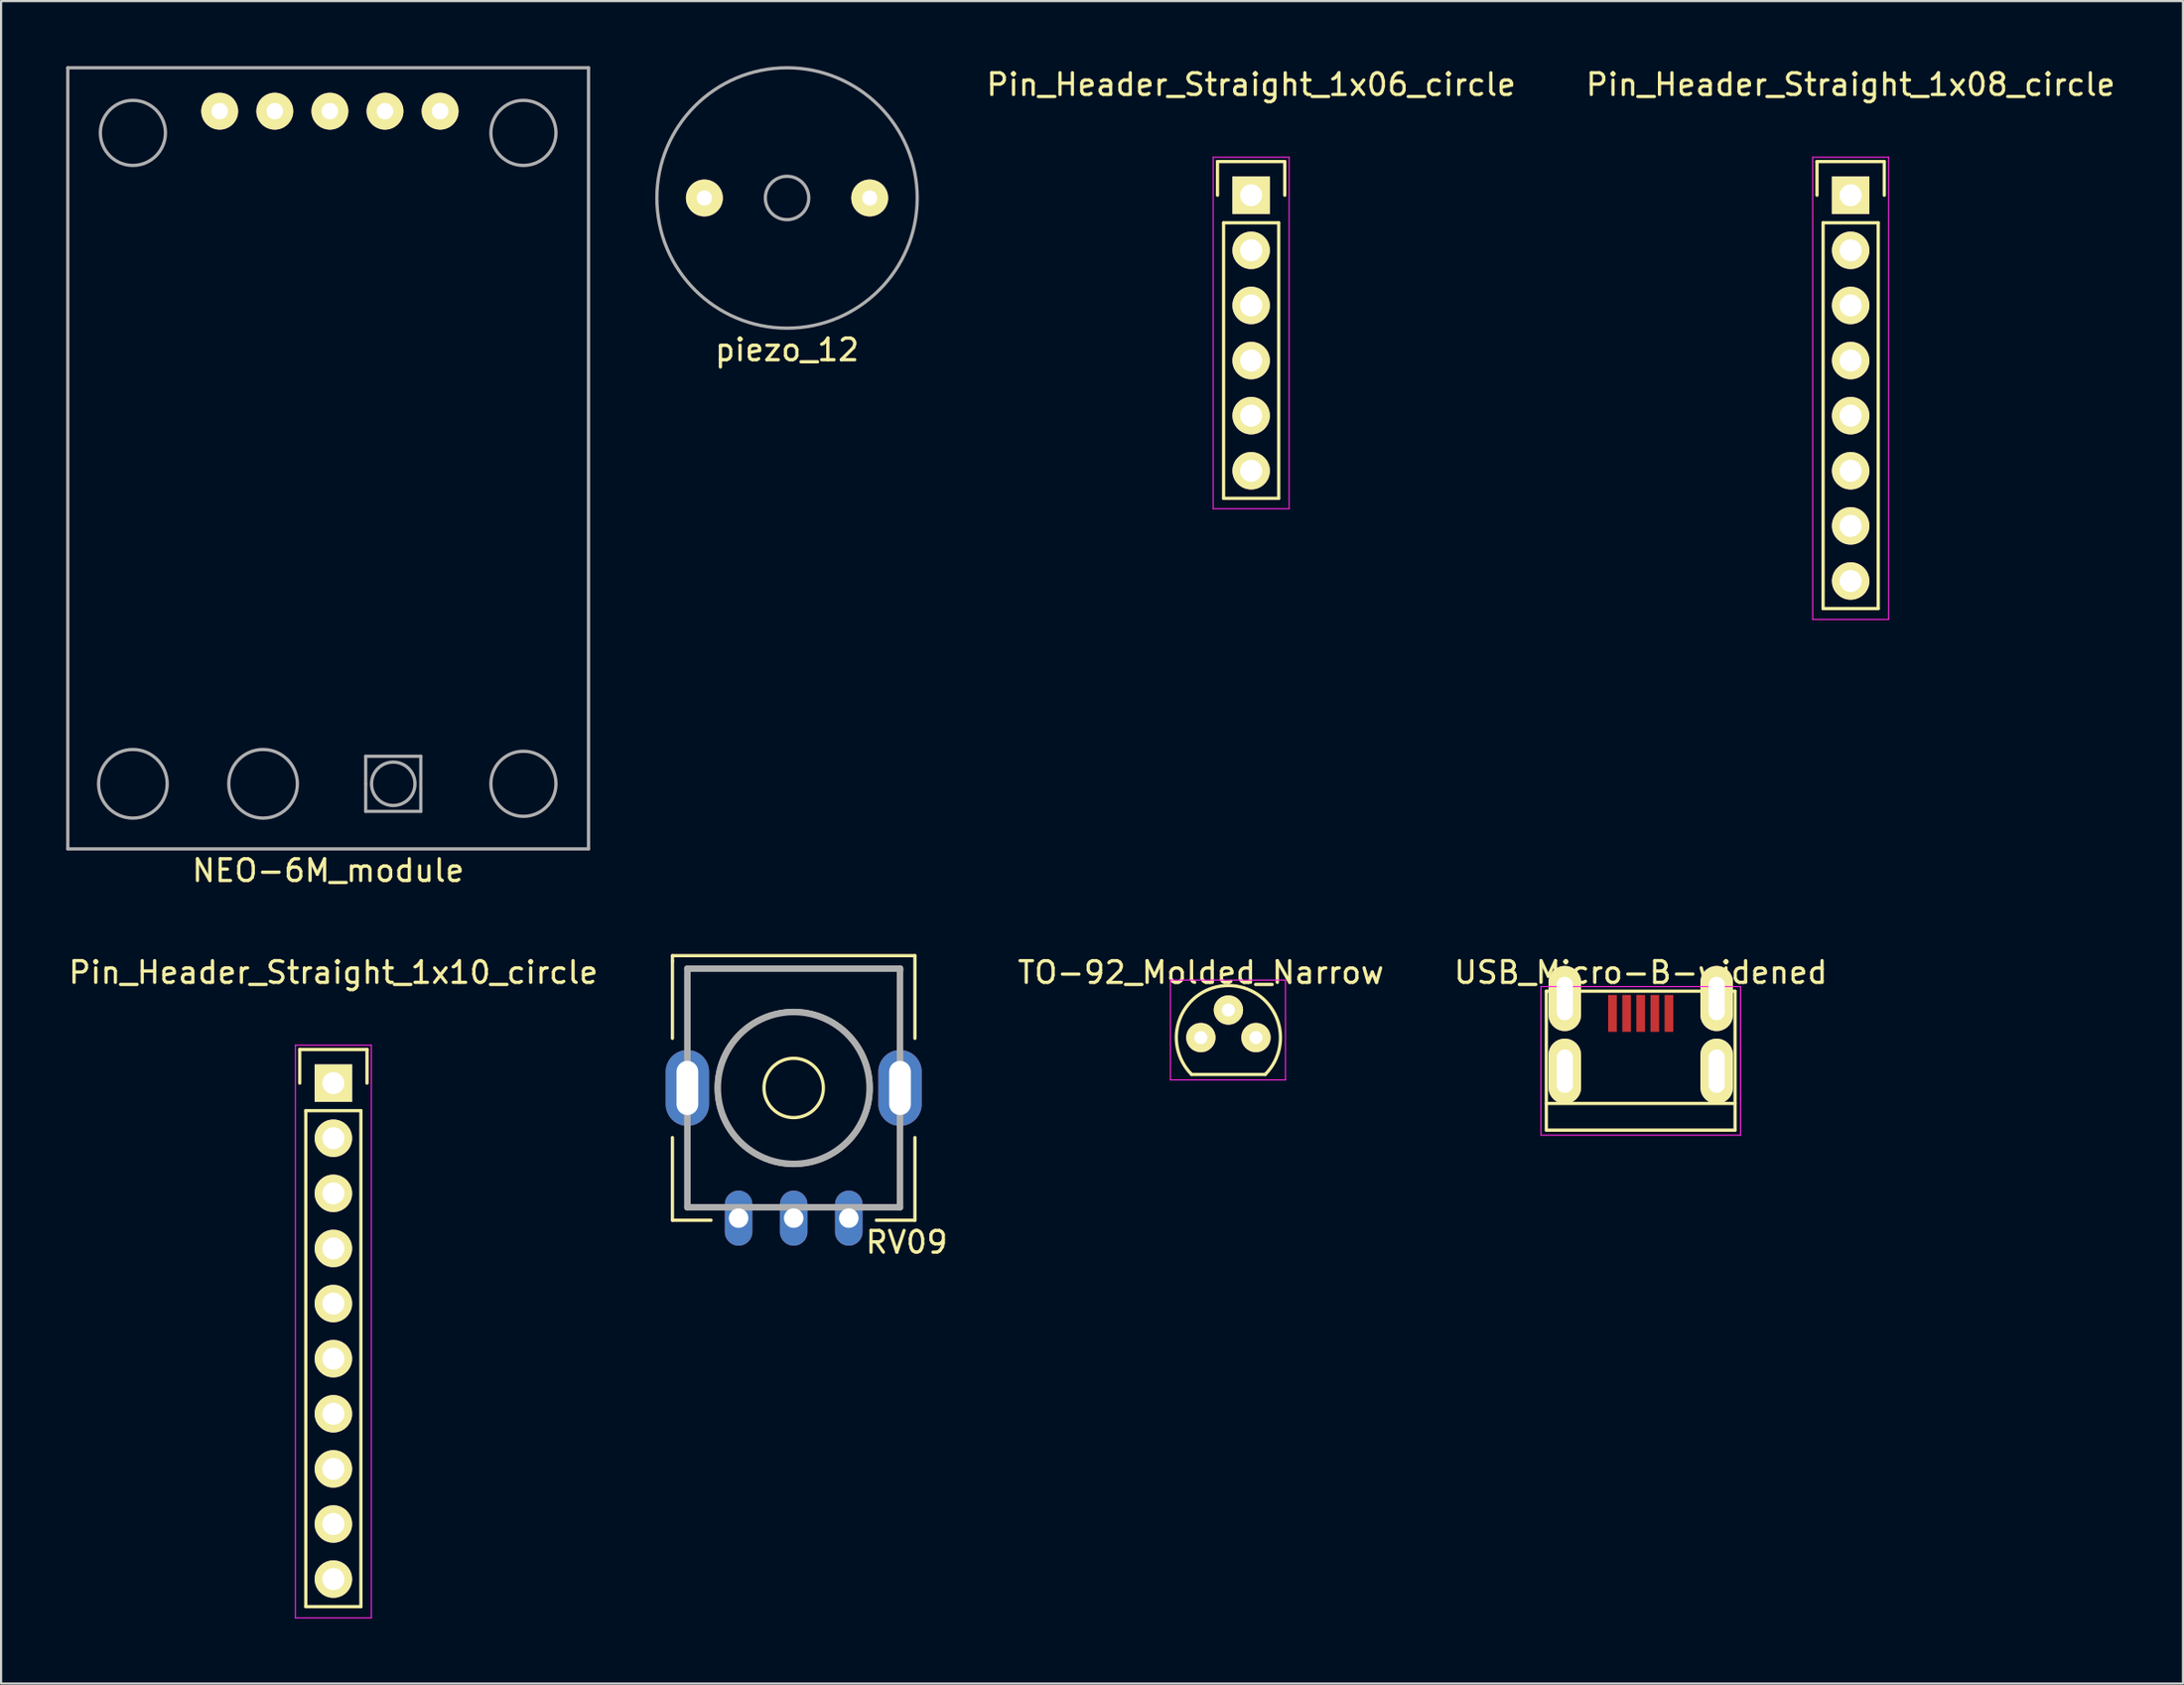
<source format=kicad_pcb>
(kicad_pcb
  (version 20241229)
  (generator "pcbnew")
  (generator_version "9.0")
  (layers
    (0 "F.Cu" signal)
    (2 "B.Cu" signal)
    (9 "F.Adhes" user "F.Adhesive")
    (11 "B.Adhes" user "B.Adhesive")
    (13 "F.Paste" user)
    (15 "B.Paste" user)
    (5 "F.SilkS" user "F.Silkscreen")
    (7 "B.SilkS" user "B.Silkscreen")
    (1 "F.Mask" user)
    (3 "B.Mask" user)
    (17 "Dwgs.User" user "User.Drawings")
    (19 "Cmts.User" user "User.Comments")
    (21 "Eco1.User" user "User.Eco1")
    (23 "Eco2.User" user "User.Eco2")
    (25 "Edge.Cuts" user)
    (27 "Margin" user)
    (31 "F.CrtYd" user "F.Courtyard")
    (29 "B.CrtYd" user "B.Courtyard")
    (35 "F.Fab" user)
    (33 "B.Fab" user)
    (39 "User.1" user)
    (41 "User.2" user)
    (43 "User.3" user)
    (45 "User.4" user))
  (footprint "NEO-6M_module"
    (layer "F.Cu")
    (at 12.075 18.075)
    (property "Reference" "NEO-6M_module" (at 0 19 0) (layer "F.SilkS") (effects (font (size 1 1) (thickness 0.15))))
    (attr through_hole)
    (fp_line (start -12 -18) (end 12 -18) (stroke (width 0.15) (type solid)) (layer "F.Fab"))
    (fp_line (start -12 18) (end -12 -18) (stroke (width 0.15) (type solid)) (layer "F.Fab"))
    (fp_line (start 1.73 13.73) (end 4.27 13.73) (stroke (width 0.15) (type solid)) (layer "F.Fab"))
    (fp_line (start 1.73 15) (end 1.73 13.73) (stroke (width 0.15) (type solid)) (layer "F.Fab"))
    (fp_line (start 1.73 16.27) (end 1.73 15) (stroke (width 0.15) (type solid)) (layer "F.Fab"))
    (fp_line (start 4.27 13.73) (end 4.27 16.27) (stroke (width 0.15) (type solid)) (layer "F.Fab"))
    (fp_line (start 4.27 16.27) (end 1.73 16.27) (stroke (width 0.15) (type solid)) (layer "F.Fab"))
    (fp_line (start 12 -18) (end 12 18) (stroke (width 0.15) (type solid)) (layer "F.Fab"))
    (fp_line (start 12 18) (end -12 18) (stroke (width 0.15) (type solid)) (layer "F.Fab"))
    (fp_circle (center -9 -15) (end -9 -16.5) (stroke (width 0.15) (type solid)) (fill no) (layer "F.Fab"))
    (fp_circle (center -9 15) (end -8.5 13.5) (stroke (width 0.15) (type solid)) (fill no) (layer "F.Fab"))
    (fp_circle (center -3 15) (end -2.5 13.5) (stroke (width 0.15) (type solid)) (fill no) (layer "F.Fab"))
    (fp_circle (center 3 15) (end 3 14) (stroke (width 0.15) (type solid)) (fill no) (layer "F.Fab"))
    (fp_circle (center 9 -15) (end 9 -16.5) (stroke (width 0.15) (type solid)) (fill no) (layer "F.Fab"))
    (fp_circle (center 9 15) (end 9 13.5) (stroke (width 0.15) (type solid)) (fill no) (layer "F.Fab"))
    (pad "1" thru_hole circle (at -5 -16) (size 1.7 1.7) (drill 0.762) (layers "*.Cu" "*.Mask" "F.SilkS"))
    (pad "2" thru_hole circle (at -2.46 -16) (size 1.7 1.7) (drill 0.762) (layers "*.Cu" "*.Mask" "F.SilkS"))
    (pad "3" thru_hole circle (at 0.08 -16) (size 1.7 1.7) (drill 0.762) (layers "*.Cu" "*.Mask" "F.SilkS"))
    (pad "4" thru_hole circle (at 2.62 -16) (size 1.7 1.7) (drill 0.762) (layers "*.Cu" "*.Mask" "F.SilkS"))
    (pad "5" thru_hole circle (at 5.16 -16) (size 1.7 1.7) (drill 0.762) (layers "*.Cu" "*.Mask" "F.SilkS")))
  (footprint "RV09"
    (layer "F.Cu")
    (at 33.531 47.094)
    (property "Reference" "RV09" (at 5.207 7.112 0) (layer "F.SilkS") (effects (font (size 1 1) (thickness 0.15))))
    (attr through_hole)
    (fp_line (start -5.588 -6.096) (end 5.588 -6.096) (stroke (width 0.15) (type solid)) (layer "F.SilkS"))
    (fp_line (start -5.588 -5.842) (end -5.588 -6.096) (stroke (width 0.15) (type solid)) (layer "F.SilkS"))
    (fp_line (start -5.588 -2.286) (end -5.588 -5.842) (stroke (width 0.15) (type solid)) (layer "F.SilkS"))
    (fp_line (start -5.588 2.286) (end -5.588 6.096) (stroke (width 0.15) (type solid)) (layer "F.SilkS"))
    (fp_line (start -5.588 6.096) (end -3.81 6.096) (stroke (width 0.15) (type solid)) (layer "F.SilkS"))
    (fp_line (start 5.588 -6.096) (end 5.588 -2.286) (stroke (width 0.15) (type solid)) (layer "F.SilkS"))
    (fp_line (start 5.588 2.286) (end 5.588 6.096) (stroke (width 0.15) (type solid)) (layer "F.SilkS"))
    (fp_line (start 5.588 6.096) (end 3.81 6.096) (stroke (width 0.15) (type solid)) (layer "F.SilkS"))
    (fp_circle (center 0 0) (end 0.254 -3.556) (stroke (width 0.15) (type solid)) (fill no) (layer "F.SilkS"))
    (fp_circle (center 0 0) (end 0.508 -1.27) (stroke (width 0.15) (type solid)) (fill no) (layer "F.SilkS"))
    (fp_line (start -4.9 -5.5) (end 4.9 -5.5) (stroke (width 0.3) (type solid)) (layer "F.Fab"))
    (fp_line (start -4.9 5.5) (end -4.9 -5.5) (stroke (width 0.3) (type solid)) (layer "F.Fab"))
    (fp_line (start 4.9 -5.5) (end 4.9 -5.4) (stroke (width 0.3) (type solid)) (layer "F.Fab"))
    (fp_line (start 4.9 -5.5) (end 4.9 5.5) (stroke (width 0.3) (type solid)) (layer "F.Fab"))
    (fp_line (start 4.9 5.5) (end -4.9 5.5) (stroke (width 0.3) (type solid)) (layer "F.Fab"))
    (fp_circle (center 0 0) (end 0 -3.5) (stroke (width 0.3) (type solid)) (fill no) (layer "F.Fab"))
    (pad "" thru_hole oval (at -4.9 0 180) (size 2 3.5) (drill oval 1 2.5) (layers "*.Cu" "*.Mask"))
    (pad "" thru_hole oval (at 4.9 0 180) (size 2 3.5) (drill oval 1 2.5) (layers "*.Cu" "*.Mask"))
    (pad "1" thru_hole oval (at -2.54 6 180) (size 1.27 2.54) (drill 0.9) (layers "*.Cu" "*.Mask"))
    (pad "2" thru_hole oval (at 0 6 180) (size 1.27 2.54) (drill 0.9) (layers "*.Cu" "*.Mask"))
    (pad "3" thru_hole oval (at 2.54 6 180) (size 1.27 2.54) (drill 0.9) (layers "*.Cu" "*.Mask")))
  (footprint "Pin_Header_Straight_1x06_circle"
    (layer "F.Cu")
    (at 54.615 5.948)
    (property "Reference" "Pin_Header_Straight_1x06_circle" (at 0 -5.1 0) (layer "F.SilkS") (effects (font (size 1 1) (thickness 0.15))))
    (attr through_hole)
    (fp_line (start -1.55 -1.55) (end 1.55 -1.55) (stroke (width 0.15) (type solid)) (layer "F.SilkS"))
    (fp_line (start -1.55 0) (end -1.55 -1.55) (stroke (width 0.15) (type solid)) (layer "F.SilkS"))
    (fp_line (start -1.27 13.97) (end -1.27 1.27) (stroke (width 0.15) (type solid)) (layer "F.SilkS"))
    (fp_line (start 1.27 1.27) (end -1.27 1.27) (stroke (width 0.15) (type solid)) (layer "F.SilkS"))
    (fp_line (start 1.27 1.27) (end 1.27 13.97) (stroke (width 0.15) (type solid)) (layer "F.SilkS"))
    (fp_line (start 1.27 13.97) (end -1.27 13.97) (stroke (width 0.15) (type solid)) (layer "F.SilkS"))
    (fp_line (start 1.55 -1.55) (end 1.55 0) (stroke (width 0.15) (type solid)) (layer "F.SilkS"))
    (fp_line (start -1.75 -1.75) (end -1.75 14.45) (stroke (width 0.05) (type solid)) (layer "F.CrtYd"))
    (fp_line (start -1.75 -1.75) (end 1.75 -1.75) (stroke (width 0.05) (type solid)) (layer "F.CrtYd"))
    (fp_line (start -1.75 14.45) (end 1.75 14.45) (stroke (width 0.05) (type solid)) (layer "F.CrtYd"))
    (fp_line (start 1.75 -1.75) (end 1.75 14.45) (stroke (width 0.05) (type solid)) (layer "F.CrtYd"))
    (pad "1" thru_hole rect (at 0 0) (size 1.727 1.727) (drill 1.016) (layers "*.Cu" "*.Mask" "F.SilkS"))
    (pad "2" thru_hole oval (at 0 2.54) (size 1.727 1.727) (drill 1.016) (layers "*.Cu" "*.Mask" "F.SilkS"))
    (pad "3" thru_hole oval (at 0 5.08) (size 1.727 1.727) (drill 1.016) (layers "*.Cu" "*.Mask" "F.SilkS"))
    (pad "4" thru_hole oval (at 0 7.62) (size 1.727 1.727) (drill 1.016) (layers "*.Cu" "*.Mask" "F.SilkS"))
    (pad "5" thru_hole oval (at 0 10.16) (size 1.727 1.727) (drill 1.016) (layers "*.Cu" "*.Mask" "F.SilkS"))
    (pad "6" thru_hole oval (at 0 12.7) (size 1.727 1.727) (drill 1.016) (layers "*.Cu" "*.Mask" "F.SilkS")))
  (footprint "USB_Micro-B-widened"
    (layer "F.Cu")
    (at 72.571 45.221)
    (property "Reference" "USB_Micro-B-widened" (at 0 -3.45 0) (layer "F.SilkS") (effects (font (size 1 1) (thickness 0.15))))
    (attr smd)
    (fp_line (start -4.351 -2.588) (end 4.349 -2.588) (stroke (width 0.15) (type solid)) (layer "F.SilkS"))
    (fp_line (start -4.351 3.817) (end -4.351 -2.588) (stroke (width 0.15) (type solid)) (layer "F.SilkS"))
    (fp_line (start -4.351 3.817) (end 4.349 3.817) (stroke (width 0.15) (type solid)) (layer "F.SilkS"))
    (fp_line (start 4.349 -2.588) (end 4.349 3.817) (stroke (width 0.15) (type solid)) (layer "F.SilkS"))
    (fp_line (start 4.349 2.587) (end -4.351 2.587) (stroke (width 0.15) (type solid)) (layer "F.SilkS"))
    (fp_line (start -4.6 -2.8) (end 4.6 -2.8) (stroke (width 0.05) (type solid)) (layer "F.CrtYd"))
    (fp_line (start -4.6 4.05) (end -4.6 -2.8) (stroke (width 0.05) (type solid)) (layer "F.CrtYd"))
    (fp_line (start 4.6 -2.8) (end 4.6 4.05) (stroke (width 0.05) (type solid)) (layer "F.CrtYd"))
    (fp_line (start 4.6 4.05) (end -4.6 4.05) (stroke (width 0.05) (type solid)) (layer "F.CrtYd"))
    (pad "1" smd rect (at -1.301 -1.563 90) (size 1.7 0.4) (layers "F.Cu" "F.Mask" "F.Paste"))
    (pad "2" smd rect (at -0.651 -1.563 90) (size 1.7 0.4) (layers "F.Cu" "F.Mask" "F.Paste"))
    (pad "3" smd rect (at -0.001 -1.563 90) (size 1.7 0.4) (layers "F.Cu" "F.Mask" "F.Paste"))
    (pad "4" smd rect (at 0.649 -1.563 90) (size 1.7 0.4) (layers "F.Cu" "F.Mask" "F.Paste"))
    (pad "5" smd rect (at 1.299 -1.563 90) (size 1.7 0.4) (layers "F.Cu" "F.Mask" "F.Paste"))
    (pad "6" thru_hole oval (at -3.5 -2.25 90) (size 3 1.5) (drill oval 2 0.75) (layers "*.Cu" "*.Mask" "F.SilkS"))
    (pad "6" thru_hole oval (at -3.5 1.1 90) (size 3 1.5) (drill oval 2 0.75) (layers "*.Cu" "*.Mask" "F.SilkS"))
    (pad "6" thru_hole oval (at 3.5 -2.25 90) (size 3 1.5) (drill oval 2 0.75) (layers "*.Cu" "*.Mask" "F.SilkS"))
    (pad "6" thru_hole oval (at 3.5 1.1 90) (size 3 1.5) (drill oval 2 0.75) (layers "*.Cu" "*.Mask" "F.SilkS")))
  (footprint "Pin_Header_Straight_1x08_circle"
    (layer "F.Cu")
    (at 82.246 5.948)
    (property "Reference" "Pin_Header_Straight_1x08_circle" (at 0 -5.1 0) (layer "F.SilkS") (effects (font (size 1 1) (thickness 0.15))))
    (attr through_hole)
    (fp_line (start -1.55 -1.55) (end 1.55 -1.55) (stroke (width 0.15) (type solid)) (layer "F.SilkS"))
    (fp_line (start -1.55 0) (end -1.55 -1.55) (stroke (width 0.15) (type solid)) (layer "F.SilkS"))
    (fp_line (start -1.27 19.05) (end -1.27 1.27) (stroke (width 0.15) (type solid)) (layer "F.SilkS"))
    (fp_line (start 1.27 1.27) (end -1.27 1.27) (stroke (width 0.15) (type solid)) (layer "F.SilkS"))
    (fp_line (start 1.27 1.27) (end 1.27 19.05) (stroke (width 0.15) (type solid)) (layer "F.SilkS"))
    (fp_line (start 1.27 19.05) (end -1.27 19.05) (stroke (width 0.15) (type solid)) (layer "F.SilkS"))
    (fp_line (start 1.55 -1.55) (end 1.55 0) (stroke (width 0.15) (type solid)) (layer "F.SilkS"))
    (fp_line (start -1.75 -1.75) (end -1.75 19.55) (stroke (width 0.05) (type solid)) (layer "F.CrtYd"))
    (fp_line (start -1.75 -1.75) (end 1.75 -1.75) (stroke (width 0.05) (type solid)) (layer "F.CrtYd"))
    (fp_line (start -1.75 19.55) (end 1.75 19.55) (stroke (width 0.05) (type solid)) (layer "F.CrtYd"))
    (fp_line (start 1.75 -1.75) (end 1.75 19.55) (stroke (width 0.05) (type solid)) (layer "F.CrtYd"))
    (pad "1" thru_hole rect (at 0 0) (size 1.727 1.727) (drill 1.016) (layers "*.Cu" "*.Mask" "F.SilkS"))
    (pad "2" thru_hole oval (at 0 2.54) (size 1.727 1.727) (drill 1.016) (layers "*.Cu" "*.Mask" "F.SilkS"))
    (pad "3" thru_hole oval (at 0 5.08) (size 1.727 1.727) (drill 1.016) (layers "*.Cu" "*.Mask" "F.SilkS"))
    (pad "4" thru_hole oval (at 0 7.62) (size 1.727 1.727) (drill 1.016) (layers "*.Cu" "*.Mask" "F.SilkS"))
    (pad "5" thru_hole oval (at 0 10.16) (size 1.727 1.727) (drill 1.016) (layers "*.Cu" "*.Mask" "F.SilkS"))
    (pad "6" thru_hole oval (at 0 12.7) (size 1.727 1.727) (drill 1.016) (layers "*.Cu" "*.Mask" "F.SilkS"))
    (pad "7" thru_hole oval (at 0 15.24) (size 1.727 1.727) (drill 1.016) (layers "*.Cu" "*.Mask" "F.SilkS"))
    (pad "8" thru_hole oval (at 0 17.78) (size 1.727 1.727) (drill 1.016) (layers "*.Cu" "*.Mask" "F.SilkS")))
  (footprint "Pin_Header_Straight_1x10_circle"
    (layer "F.Cu")
    (at 12.315 46.871)
    (property "Reference" "Pin_Header_Straight_1x10_circle" (at 0 -5.1 0) (layer "F.SilkS") (effects (font (size 1 1) (thickness 0.15))))
    (attr through_hole)
    (fp_line (start -1.55 -1.55) (end 1.55 -1.55) (stroke (width 0.15) (type solid)) (layer "F.SilkS"))
    (fp_line (start -1.55 0) (end -1.55 -1.55) (stroke (width 0.15) (type solid)) (layer "F.SilkS"))
    (fp_line (start -1.27 24.13) (end -1.27 1.27) (stroke (width 0.15) (type solid)) (layer "F.SilkS"))
    (fp_line (start 1.27 1.27) (end -1.27 1.27) (stroke (width 0.15) (type solid)) (layer "F.SilkS"))
    (fp_line (start 1.27 1.27) (end 1.27 24.13) (stroke (width 0.15) (type solid)) (layer "F.SilkS"))
    (fp_line (start 1.27 24.13) (end -1.27 24.13) (stroke (width 0.15) (type solid)) (layer "F.SilkS"))
    (fp_line (start 1.55 -1.55) (end 1.55 0) (stroke (width 0.15) (type solid)) (layer "F.SilkS"))
    (fp_line (start -1.75 -1.75) (end -1.75 24.65) (stroke (width 0.05) (type solid)) (layer "F.CrtYd"))
    (fp_line (start -1.75 -1.75) (end 1.75 -1.75) (stroke (width 0.05) (type solid)) (layer "F.CrtYd"))
    (fp_line (start -1.75 24.65) (end 1.75 24.65) (stroke (width 0.05) (type solid)) (layer "F.CrtYd"))
    (fp_line (start 1.75 -1.75) (end 1.75 24.65) (stroke (width 0.05) (type solid)) (layer "F.CrtYd"))
    (pad "1" thru_hole rect (at 0 0) (size 1.727 1.727) (drill 1.016) (layers "*.Cu" "*.Mask" "F.SilkS"))
    (pad "2" thru_hole oval (at 0 2.54) (size 1.727 1.727) (drill 1.016) (layers "*.Cu" "*.Mask" "F.SilkS"))
    (pad "3" thru_hole oval (at 0 5.08) (size 1.727 1.727) (drill 1.016) (layers "*.Cu" "*.Mask" "F.SilkS"))
    (pad "4" thru_hole oval (at 0 7.62) (size 1.727 1.727) (drill 1.016) (layers "*.Cu" "*.Mask" "F.SilkS"))
    (pad "5" thru_hole oval (at 0 10.16) (size 1.727 1.727) (drill 1.016) (layers "*.Cu" "*.Mask" "F.SilkS"))
    (pad "6" thru_hole oval (at 0 12.7) (size 1.727 1.727) (drill 1.016) (layers "*.Cu" "*.Mask" "F.SilkS"))
    (pad "7" thru_hole oval (at 0 15.24) (size 1.727 1.727) (drill 1.016) (layers "*.Cu" "*.Mask" "F.SilkS"))
    (pad "8" thru_hole oval (at 0 17.78) (size 1.727 1.727) (drill 1.016) (layers "*.Cu" "*.Mask" "F.SilkS"))
    (pad "9" thru_hole oval (at 0 20.32) (size 1.727 1.727) (drill 1.016) (layers "*.Cu" "*.Mask" "F.SilkS"))
    (pad "10" thru_hole oval (at 0 22.86) (size 1.727 1.727) (drill 1.016) (layers "*.Cu" "*.Mask" "F.SilkS")))
  (footprint "piezo_12"
    (layer "F.Cu")
    (at 33.225 6.075)
    (property "Reference" "piezo_12" (at 0 7 0) (layer "F.SilkS") (effects (font (size 1 1) (thickness 0.15))))
    (attr through_hole)
    (fp_circle (center 0 0) (end 0 -6) (stroke (width 0.15) (type solid)) (fill no) (layer "F.Fab"))
    (fp_circle (center 0 0) (end 0 -1) (stroke (width 0.15) (type solid)) (fill no) (layer "F.Fab"))
    (pad "1" thru_hole circle (at -3.81 0) (size 1.7 1.7) (drill 0.7) (layers "*.Cu" "*.Mask" "F.SilkS"))
    (pad "2" thru_hole circle (at 3.81 0) (size 1.7 1.7) (drill 0.7) (layers "*.Cu" "*.Mask" "F.SilkS")))
  (footprint "TO-92_Molded_Narrow"
    (layer "F.Cu")
    (at 52.297 44.772)
    (property "Reference" "TO-92_Molded_Narrow" (at 0 -3 0) (layer "F.SilkS") (effects (font (size 1 1) (thickness 0.15))))
    (attr through_hole)
    (fp_line (start -0.43 1.7) (end 2.97 1.7) (stroke (width 0.15) (type solid)) (layer "F.SilkS"))
    (fp_arc (start -0.427056 1.697056) (mid -0.947311 -0.91844) (end 1.27 -2.4) (stroke (width 0.15) (type solid)) (layer "F.SilkS"))
    (fp_arc (start 1.27 -2.4) (mid 3.487311 -0.91844) (end 2.967056 1.697056) (stroke (width 0.15) (type solid)) (layer "F.SilkS"))
    (fp_line (start -1.4 -2.65) (end 3.9 -2.65) (stroke (width 0.05) (type solid)) (layer "F.CrtYd"))
    (fp_line (start -1.4 1.95) (end -1.4 -2.65) (stroke (width 0.05) (type solid)) (layer "F.CrtYd"))
    (fp_line (start -1.4 1.95) (end 3.9 1.95) (stroke (width 0.05) (type solid)) (layer "F.CrtYd"))
    (fp_line (start 3.9 1.95) (end 3.9 -2.65) (stroke (width 0.05) (type solid)) (layer "F.CrtYd"))
    (pad "1" thru_hole circle (at 0 0 90) (size 1.35 1.35) (drill 0.6) (layers "*.Cu" "*.Mask" "F.SilkS"))
    (pad "2" thru_hole circle (at 1.27 -1.27 90) (size 1.35 1.35) (drill 0.6) (layers "*.Cu" "*.Mask" "F.SilkS"))
    (pad "3" thru_hole circle (at 2.54 0 90) (size 1.35 1.35) (drill 0.6) (layers "*.Cu" "*.Mask" "F.SilkS")))
  (gr_rect
    (start -3 -3)
    (end 97.562 74.546)
    (stroke (width 0.1) (type default))
    (fill no)
    (layer "Edge.Cuts")))
</source>
